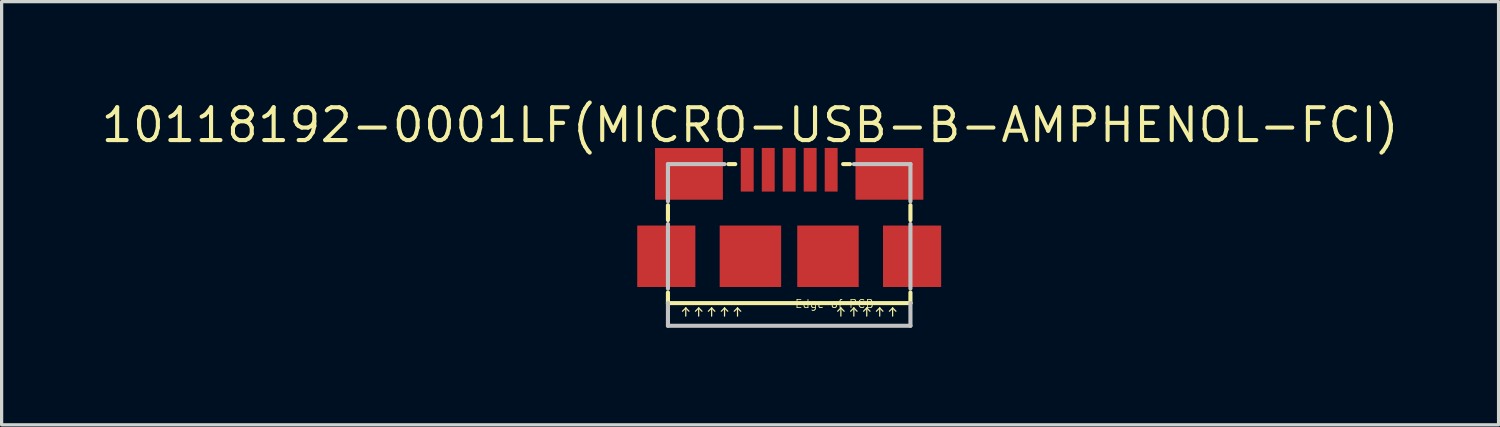
<source format=kicad_pcb>
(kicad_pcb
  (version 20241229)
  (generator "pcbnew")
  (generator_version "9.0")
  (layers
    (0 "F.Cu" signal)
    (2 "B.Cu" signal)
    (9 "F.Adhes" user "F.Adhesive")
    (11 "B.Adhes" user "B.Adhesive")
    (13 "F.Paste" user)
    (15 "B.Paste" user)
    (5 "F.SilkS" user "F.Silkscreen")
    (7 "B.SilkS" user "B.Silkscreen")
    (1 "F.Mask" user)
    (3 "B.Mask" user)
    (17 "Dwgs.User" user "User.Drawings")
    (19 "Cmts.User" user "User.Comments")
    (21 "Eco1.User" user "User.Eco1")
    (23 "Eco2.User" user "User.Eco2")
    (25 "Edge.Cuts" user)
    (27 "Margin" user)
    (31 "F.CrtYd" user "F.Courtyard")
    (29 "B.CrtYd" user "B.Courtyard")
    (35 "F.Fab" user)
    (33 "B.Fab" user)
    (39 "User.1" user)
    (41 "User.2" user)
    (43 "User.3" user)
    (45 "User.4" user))
  (footprint "10118192-0001LF(MICRO-USB-B-AMPHENOL-FCI)"
    (layer "F.Cu")
    (at 21.352 4.874)
    (property "Reference" "10118192-0001LF(MICRO-USB-B-AMPHENOL-FCI)" (at -1.209 -4.056 0) (layer "F.SilkS") (effects (font (size 1.016 1.016) (thickness 0.127))))
    (attr smd)
    (fp_line (start -3.749 -1.118) (end -3.749 -1.58) (stroke (width 0.127) (type solid)) (layer "F.SilkS"))
    (fp_line (start -3.749 1.448) (end -3.749 1.118) (stroke (width 0.127) (type solid)) (layer "F.SilkS"))
    (fp_line (start -3.749 1.448) (end 3.749 1.448) (stroke (width 0.127) (type solid)) (layer "F.SilkS"))
    (fp_line (start -3.198 1.598) (end -3.299 1.699) (stroke (width 0.038) (type solid)) (layer "F.SilkS"))
    (fp_line (start -3.198 1.598) (end -3.099 1.699) (stroke (width 0.038) (type solid)) (layer "F.SilkS"))
    (fp_line (start -3.198 1.849) (end -3.198 1.598) (stroke (width 0.038) (type solid)) (layer "F.SilkS"))
    (fp_line (start -2.799 1.598) (end -2.898 1.699) (stroke (width 0.038) (type solid)) (layer "F.SilkS"))
    (fp_line (start -2.799 1.598) (end -2.697 1.699) (stroke (width 0.038) (type solid)) (layer "F.SilkS"))
    (fp_line (start -2.799 1.849) (end -2.799 1.598) (stroke (width 0.038) (type solid)) (layer "F.SilkS"))
    (fp_line (start -2.398 1.598) (end -2.499 1.699) (stroke (width 0.038) (type solid)) (layer "F.SilkS"))
    (fp_line (start -2.398 1.598) (end -2.299 1.699) (stroke (width 0.038) (type solid)) (layer "F.SilkS"))
    (fp_line (start -2.398 1.849) (end -2.398 1.598) (stroke (width 0.038) (type solid)) (layer "F.SilkS"))
    (fp_line (start -1.999 1.598) (end -2.098 1.699) (stroke (width 0.038) (type solid)) (layer "F.SilkS"))
    (fp_line (start -1.999 1.598) (end -1.9 1.699) (stroke (width 0.038) (type solid)) (layer "F.SilkS"))
    (fp_line (start -1.999 1.849) (end -1.999 1.598) (stroke (width 0.038) (type solid)) (layer "F.SilkS"))
    (fp_line (start -1.88 -2.85) (end -1.669 -2.85) (stroke (width 0.127) (type solid)) (layer "F.SilkS"))
    (fp_line (start -1.598 1.598) (end -1.699 1.699) (stroke (width 0.038) (type solid)) (layer "F.SilkS"))
    (fp_line (start -1.598 1.598) (end -1.499 1.699) (stroke (width 0.038) (type solid)) (layer "F.SilkS"))
    (fp_line (start -1.598 1.849) (end -1.598 1.598) (stroke (width 0.038) (type solid)) (layer "F.SilkS"))
    (fp_line (start 1.598 1.598) (end 1.499 1.699) (stroke (width 0.038) (type solid)) (layer "F.SilkS"))
    (fp_line (start 1.598 1.598) (end 1.699 1.699) (stroke (width 0.038) (type solid)) (layer "F.SilkS"))
    (fp_line (start 1.598 1.849) (end 1.598 1.598) (stroke (width 0.038) (type solid)) (layer "F.SilkS"))
    (fp_line (start 1.669 -2.85) (end 1.88 -2.85) (stroke (width 0.127) (type solid)) (layer "F.SilkS"))
    (fp_line (start 1.999 1.598) (end 1.9 1.699) (stroke (width 0.038) (type solid)) (layer "F.SilkS"))
    (fp_line (start 1.999 1.598) (end 2.098 1.699) (stroke (width 0.038) (type solid)) (layer "F.SilkS"))
    (fp_line (start 1.999 1.849) (end 1.999 1.598) (stroke (width 0.038) (type solid)) (layer "F.SilkS"))
    (fp_line (start 2.398 1.598) (end 2.299 1.699) (stroke (width 0.038) (type solid)) (layer "F.SilkS"))
    (fp_line (start 2.398 1.598) (end 2.499 1.699) (stroke (width 0.038) (type solid)) (layer "F.SilkS"))
    (fp_line (start 2.398 1.849) (end 2.398 1.598) (stroke (width 0.038) (type solid)) (layer "F.SilkS"))
    (fp_line (start 2.799 1.598) (end 2.697 1.699) (stroke (width 0.038) (type solid)) (layer "F.SilkS"))
    (fp_line (start 2.799 1.598) (end 2.898 1.699) (stroke (width 0.038) (type solid)) (layer "F.SilkS"))
    (fp_line (start 2.799 1.849) (end 2.799 1.598) (stroke (width 0.038) (type solid)) (layer "F.SilkS"))
    (fp_line (start 3.198 1.598) (end 3.099 1.699) (stroke (width 0.038) (type solid)) (layer "F.SilkS"))
    (fp_line (start 3.198 1.598) (end 3.299 1.699) (stroke (width 0.038) (type solid)) (layer "F.SilkS"))
    (fp_line (start 3.198 1.849) (end 3.198 1.598) (stroke (width 0.038) (type solid)) (layer "F.SilkS"))
    (fp_line (start 3.749 -1.118) (end 3.749 -1.58) (stroke (width 0.127) (type solid)) (layer "F.SilkS"))
    (fp_line (start 3.749 1.448) (end 3.749 1.118) (stroke (width 0.127) (type solid)) (layer "F.SilkS"))
    (fp_line (start -3.749 -2.85) (end -3.749 -1.699) (stroke (width 0.127) (type solid)) (layer "Dwgs.User"))
    (fp_line (start -3.749 -0.998) (end -3.749 0.998) (stroke (width 0.127) (type solid)) (layer "Dwgs.User"))
    (fp_line (start -3.749 1.448) (end -3.749 2.149) (stroke (width 0.127) (type solid)) (layer "Dwgs.User"))
    (fp_line (start -3.749 2.149) (end 3.749 2.149) (stroke (width 0.127) (type solid)) (layer "Dwgs.User"))
    (fp_line (start -1.999 -2.85) (end -3.749 -2.85) (stroke (width 0.127) (type solid)) (layer "Dwgs.User"))
    (fp_line (start 1.999 -2.85) (end 3.749 -2.85) (stroke (width 0.127) (type solid)) (layer "Dwgs.User"))
    (fp_line (start 3.749 -2.85) (end 3.749 -1.699) (stroke (width 0.127) (type solid)) (layer "Dwgs.User"))
    (fp_line (start 3.749 -0.998) (end 3.749 0.998) (stroke (width 0.127) (type solid)) (layer "Dwgs.User"))
    (fp_line (start 3.749 2.149) (end 3.749 1.448) (stroke (width 0.127) (type solid)) (layer "Dwgs.User"))
    (fp_text user "Edge of PCB" (at 1.397 1.471 0) (layer "F.SilkS") (effects (font (size 0.254 0.254) (thickness 0.025))))
    (pad "1" smd rect (at -1.298 -2.675) (size 0.399 1.349) (layers "F.Cu" "F.Mask" "F.Paste"))
    (pad "2" smd rect (at -0.648 -2.675) (size 0.399 1.349) (layers "F.Cu" "F.Mask" "F.Paste"))
    (pad "3" smd rect (at 0 -2.675) (size 0.399 1.349) (layers "F.Cu" "F.Mask" "F.Paste"))
    (pad "4" smd rect (at 0.648 -2.675) (size 0.399 1.349) (layers "F.Cu" "F.Mask" "F.Paste"))
    (pad "5" smd rect (at 1.298 -2.675) (size 0.399 1.349) (layers "F.Cu" "F.Mask" "F.Paste"))
    (pad "6" smd rect (at -3.8 0) (size 1.798 1.9) (layers "F.Cu" "F.Mask" "F.Paste"))
    (pad "6" smd rect (at -3.099 -2.548) (size 2.098 1.598) (layers "F.Cu" "F.Mask" "F.Paste"))
    (pad "6" smd rect (at -1.199 0) (size 1.9 1.9) (layers "F.Cu" "F.Mask" "F.Paste"))
    (pad "6" smd rect (at 1.199 0) (size 1.9 1.9) (layers "F.Cu" "F.Mask" "F.Paste"))
    (pad "6" smd rect (at 3.099 -2.548) (size 2.098 1.598) (layers "F.Cu" "F.Mask" "F.Paste"))
    (pad "6" smd rect (at 3.8 0) (size 1.798 1.9) (layers "F.Cu" "F.Mask" "F.Paste")))
  (gr_rect
    (start -3 -3)
    (end 43.286 10.086)
    (stroke (width 0.1) (type default))
    (fill no)
    (layer "Edge.Cuts")))
</source>
